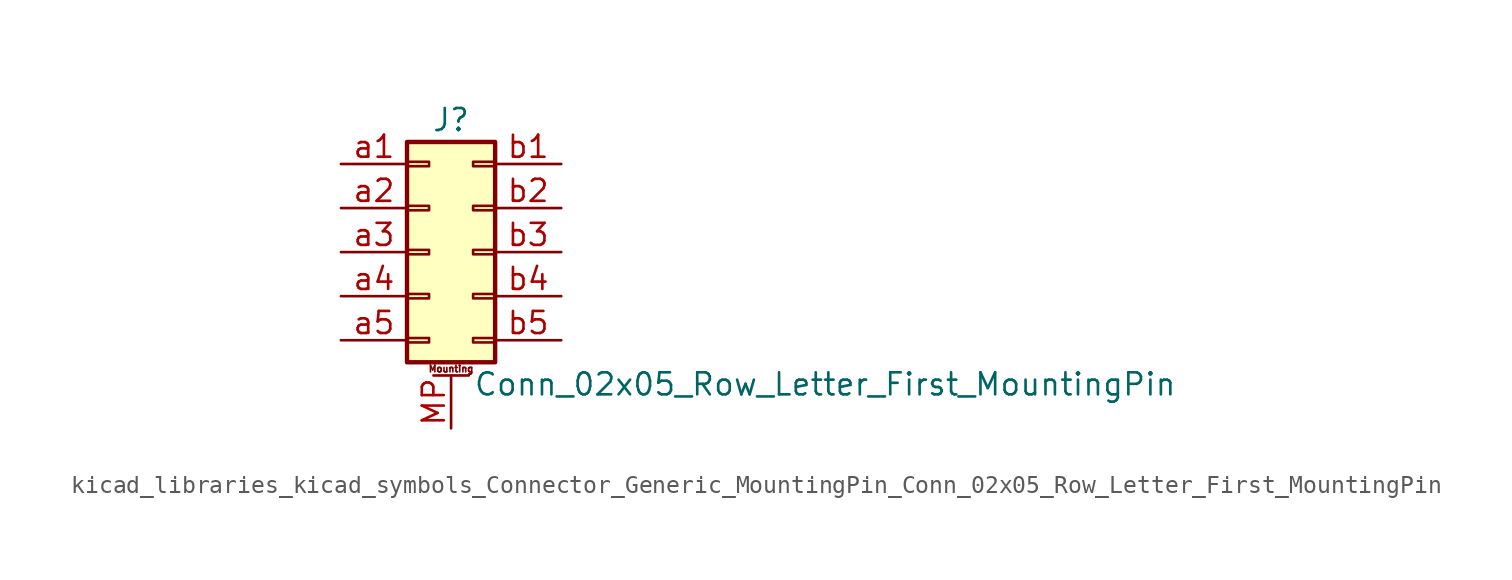
<source format=kicad_sym>
(kicad_symbol_lib
  (version 20220914)
  (generator kicad_symbol_editor)
  (symbol "kicad_libraries_kicad_symbols_Connector_Generic_MountingPin_Conn_02x05_Row_Letter_First_MountingPin"
    (pin_names
      (offset 1.016) hide)
    (property "Reference" "J"
      (at 1.27 7.62 0)
      (effects (font (size 1.27 1.27))))
    (property "Value" "Conn_02x05_Row_Letter_First_MountingPin"
      (at 2.54 -7.62 0)
      (effects (font (size 1.27 1.27)) (justify left)))
    (symbol "kicad_libraries_kicad_symbols_Connector_Generic_MountingPin_Conn_02x05_Row_Letter_First_MountingPin_1_1"
      (rectangle (start -1.27 -4.953) (end 0 -5.207) (stroke (width 0.152) (type default)) (fill (type none)))
      (rectangle (start -1.27 -2.413) (end 0 -2.667) (stroke (width 0.152) (type default)) (fill (type none)))
      (rectangle (start -1.27 0.127) (end 0 -0.127) (stroke (width 0.152) (type default)) (fill (type none)))
      (rectangle (start -1.27 2.667) (end 0 2.413) (stroke (width 0.152) (type default)) (fill (type none)))
      (rectangle (start -1.27 5.207) (end 0 4.953) (stroke (width 0.152) (type default)) (fill (type none)))
      (rectangle (start -1.27 6.35) (end 3.81 -6.35) (stroke (width 0.254) (type default)) (fill (type background)))
      (polyline (pts (xy 0.254 -7.112) (xy 2.286 -7.112)) (stroke (width 0.152) (type default)) (fill (type none)))
      (rectangle (start 3.81 -4.953) (end 2.54 -5.207) (stroke (width 0.152) (type default)) (fill (type none)))
      (rectangle (start 3.81 -2.413) (end 2.54 -2.667) (stroke (width 0.152) (type default)) (fill (type none)))
      (rectangle (start 3.81 0.127) (end 2.54 -0.127) (stroke (width 0.152) (type default)) (fill (type none)))
      (rectangle (start 3.81 2.667) (end 2.54 2.413) (stroke (width 0.152) (type default)) (fill (type none)))
      (rectangle (start 3.81 5.207) (end 2.54 4.953) (stroke (width 0.152) (type default)) (fill (type none)))
      (text "Mounting" (at 1.27 -6.731 0) (effects (font (size 0.381 0.381))))
      (pin passive line (at 1.27 -10.16 90) (length 3.048) (name "MountPin" (effects (font (size 1.27 1.27)))) (number "MP" (effects (font (size 1.27 1.27)))))
      (pin passive line (at -5.08 5.08 0) (length 3.81) (name "Pin_a1" (effects (font (size 1.27 1.27)))) (number "a1" (effects (font (size 1.27 1.27)))))
      (pin passive line (at -5.08 2.54 0) (length 3.81) (name "Pin_a2" (effects (font (size 1.27 1.27)))) (number "a2" (effects (font (size 1.27 1.27)))))
      (pin passive line (at -5.08 0 0) (length 3.81) (name "Pin_a3" (effects (font (size 1.27 1.27)))) (number "a3" (effects (font (size 1.27 1.27)))))
      (pin passive line (at -5.08 -2.54 0) (length 3.81) (name "Pin_a4" (effects (font (size 1.27 1.27)))) (number "a4" (effects (font (size 1.27 1.27)))))
      (pin passive line (at -5.08 -5.08 0) (length 3.81) (name "Pin_a5" (effects (font (size 1.27 1.27)))) (number "a5" (effects (font (size 1.27 1.27)))))
      (pin passive line (at 7.62 5.08 180) (length 3.81) (name "Pin_b1" (effects (font (size 1.27 1.27)))) (number "b1" (effects (font (size 1.27 1.27)))))
      (pin passive line (at 7.62 2.54 180) (length 3.81) (name "Pin_b2" (effects (font (size 1.27 1.27)))) (number "b2" (effects (font (size 1.27 1.27)))))
      (pin passive line (at 7.62 0 180) (length 3.81) (name "Pin_b3" (effects (font (size 1.27 1.27)))) (number "b3" (effects (font (size 1.27 1.27)))))
      (pin passive line (at 7.62 -2.54 180) (length 3.81) (name "Pin_b4" (effects (font (size 1.27 1.27)))) (number "b4" (effects (font (size 1.27 1.27)))))
      (pin passive line (at 7.62 -5.08 180) (length 3.81) (name "Pin_b5" (effects (font (size 1.27 1.27)))) (number "b5" (effects (font (size 1.27 1.27))))))))
</source>
